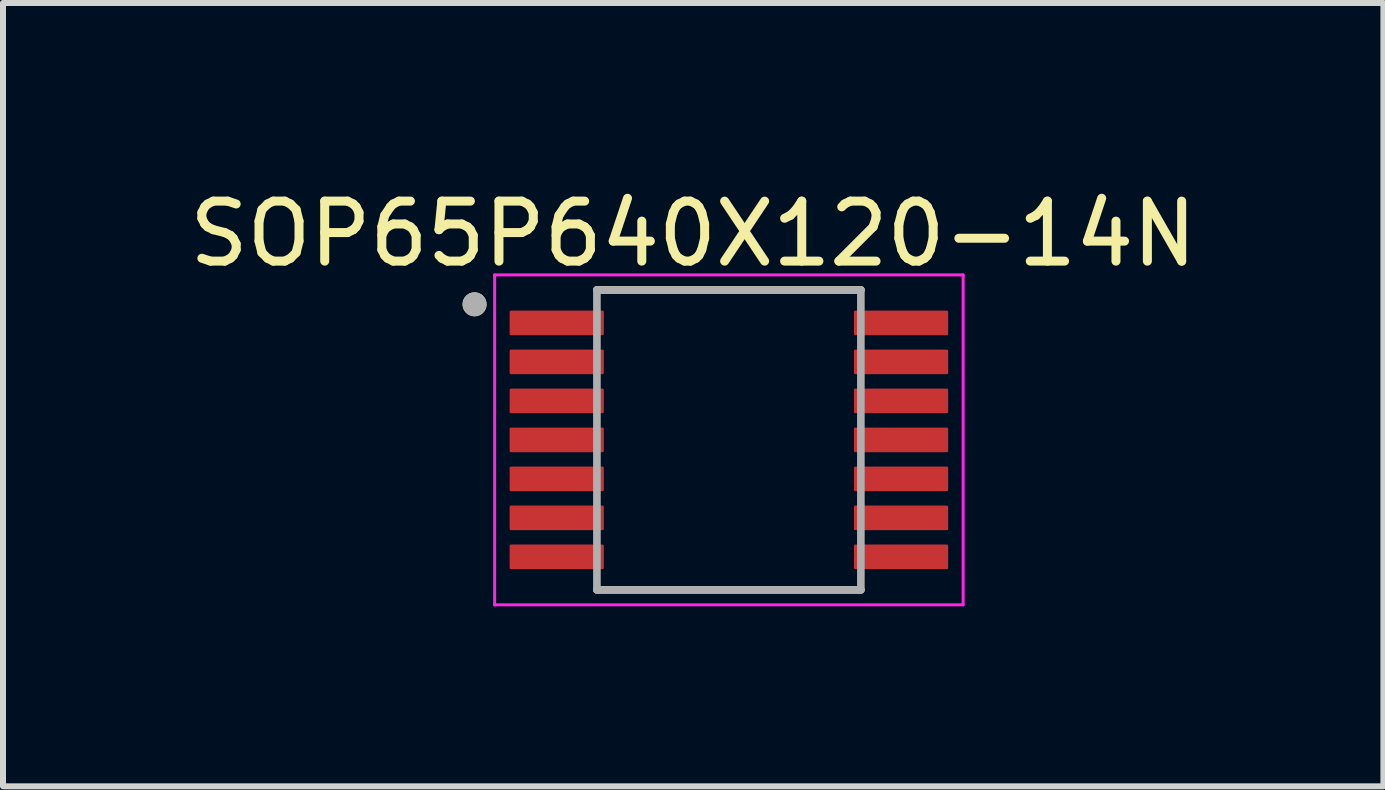
<source format=kicad_pcb>
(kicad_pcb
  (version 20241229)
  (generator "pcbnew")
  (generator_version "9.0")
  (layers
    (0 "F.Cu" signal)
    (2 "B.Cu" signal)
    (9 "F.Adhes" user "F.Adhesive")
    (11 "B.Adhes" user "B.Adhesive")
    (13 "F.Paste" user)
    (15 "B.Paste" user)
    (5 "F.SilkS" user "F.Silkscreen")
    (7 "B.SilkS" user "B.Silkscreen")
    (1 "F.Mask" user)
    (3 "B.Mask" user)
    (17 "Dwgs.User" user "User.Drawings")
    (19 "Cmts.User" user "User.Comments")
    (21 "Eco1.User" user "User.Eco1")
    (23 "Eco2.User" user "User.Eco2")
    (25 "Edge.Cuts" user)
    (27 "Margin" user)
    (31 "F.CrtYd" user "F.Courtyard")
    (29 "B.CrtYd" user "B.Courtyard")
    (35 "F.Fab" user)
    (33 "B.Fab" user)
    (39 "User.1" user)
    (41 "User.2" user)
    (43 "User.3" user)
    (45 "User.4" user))
  (footprint "SOP65P640X120-14N"
    (layer "F.Cu")
    (at 9.101 4.283)
    (property "Reference" "SOP65P640X120-14N" (at -0.595 -3.435 0) (layer "F.SilkS") (effects (font (size 1 1) (thickness 0.15))))
    (attr through_hole)
    (fp_line (start -2.2 -2.5) (end 2.2 -2.5) (stroke (width 0.127) (type solid)) (layer "F.SilkS"))
    (fp_line (start -2.2 2.5) (end 2.2 2.5) (stroke (width 0.127) (type solid)) (layer "F.SilkS"))
    (fp_circle (center -4.24 -2.26) (end -4.14 -2.26) (stroke (width 0.2) (type solid)) (fill no) (layer "F.SilkS"))
    (fp_line (start -3.905 -2.75) (end -3.905 2.75) (stroke (width 0.05) (type solid)) (layer "F.CrtYd"))
    (fp_line (start -3.905 -2.75) (end 3.905 -2.75) (stroke (width 0.05) (type solid)) (layer "F.CrtYd"))
    (fp_line (start -3.905 2.75) (end 3.905 2.75) (stroke (width 0.05) (type solid)) (layer "F.CrtYd"))
    (fp_line (start 3.905 -2.75) (end 3.905 2.75) (stroke (width 0.05) (type solid)) (layer "F.CrtYd"))
    (fp_line (start -2.2 -2.5) (end -2.2 2.5) (stroke (width 0.127) (type solid)) (layer "F.Fab"))
    (fp_line (start -2.2 -2.5) (end 2.2 -2.5) (stroke (width 0.127) (type solid)) (layer "F.Fab"))
    (fp_line (start -2.2 2.5) (end 2.2 2.5) (stroke (width 0.127) (type solid)) (layer "F.Fab"))
    (fp_line (start 2.2 -2.5) (end 2.2 2.5) (stroke (width 0.127) (type solid)) (layer "F.Fab"))
    (fp_circle (center -4.24 -2.26) (end -4.14 -2.26) (stroke (width 0.2) (type solid)) (fill no) (layer "F.Fab"))
    (pad "1" smd roundrect (at -2.87 -1.95) (size 1.57 0.41) (layers "F.Cu" "F.Mask" "F.Paste") (roundrect_rratio 0.05))
    (pad "2" smd roundrect (at -2.87 -1.3) (size 1.57 0.41) (layers "F.Cu" "F.Mask" "F.Paste") (roundrect_rratio 0.05))
    (pad "3" smd roundrect (at -2.87 -0.65) (size 1.57 0.41) (layers "F.Cu" "F.Mask" "F.Paste") (roundrect_rratio 0.05))
    (pad "4" smd roundrect (at -2.87 0) (size 1.57 0.41) (layers "F.Cu" "F.Mask" "F.Paste") (roundrect_rratio 0.05))
    (pad "5" smd roundrect (at -2.87 0.65) (size 1.57 0.41) (layers "F.Cu" "F.Mask" "F.Paste") (roundrect_rratio 0.05))
    (pad "6" smd roundrect (at -2.87 1.3) (size 1.57 0.41) (layers "F.Cu" "F.Mask" "F.Paste") (roundrect_rratio 0.05))
    (pad "7" smd roundrect (at -2.87 1.95) (size 1.57 0.41) (layers "F.Cu" "F.Mask" "F.Paste") (roundrect_rratio 0.05))
    (pad "8" smd roundrect (at 2.87 1.95) (size 1.57 0.41) (layers "F.Cu" "F.Mask" "F.Paste") (roundrect_rratio 0.05))
    (pad "9" smd roundrect (at 2.87 1.3) (size 1.57 0.41) (layers "F.Cu" "F.Mask" "F.Paste") (roundrect_rratio 0.05))
    (pad "10" smd roundrect (at 2.87 0.65) (size 1.57 0.41) (layers "F.Cu" "F.Mask" "F.Paste") (roundrect_rratio 0.05))
    (pad "11" smd roundrect (at 2.87 0) (size 1.57 0.41) (layers "F.Cu" "F.Mask" "F.Paste") (roundrect_rratio 0.05))
    (pad "12" smd roundrect (at 2.87 -0.65) (size 1.57 0.41) (layers "F.Cu" "F.Mask" "F.Paste") (roundrect_rratio 0.05))
    (pad "13" smd roundrect (at 2.87 -1.3) (size 1.57 0.41) (layers "F.Cu" "F.Mask" "F.Paste") (roundrect_rratio 0.05))
    (pad "14" smd roundrect (at 2.87 -1.95) (size 1.57 0.41) (layers "F.Cu" "F.Mask" "F.Paste") (roundrect_rratio 0.05)))
  (gr_rect
    (start -3 -3)
    (end 20.012 10.058)
    (stroke (width 0.1) (type default))
    (fill no)
    (layer "Edge.Cuts")))
</source>
